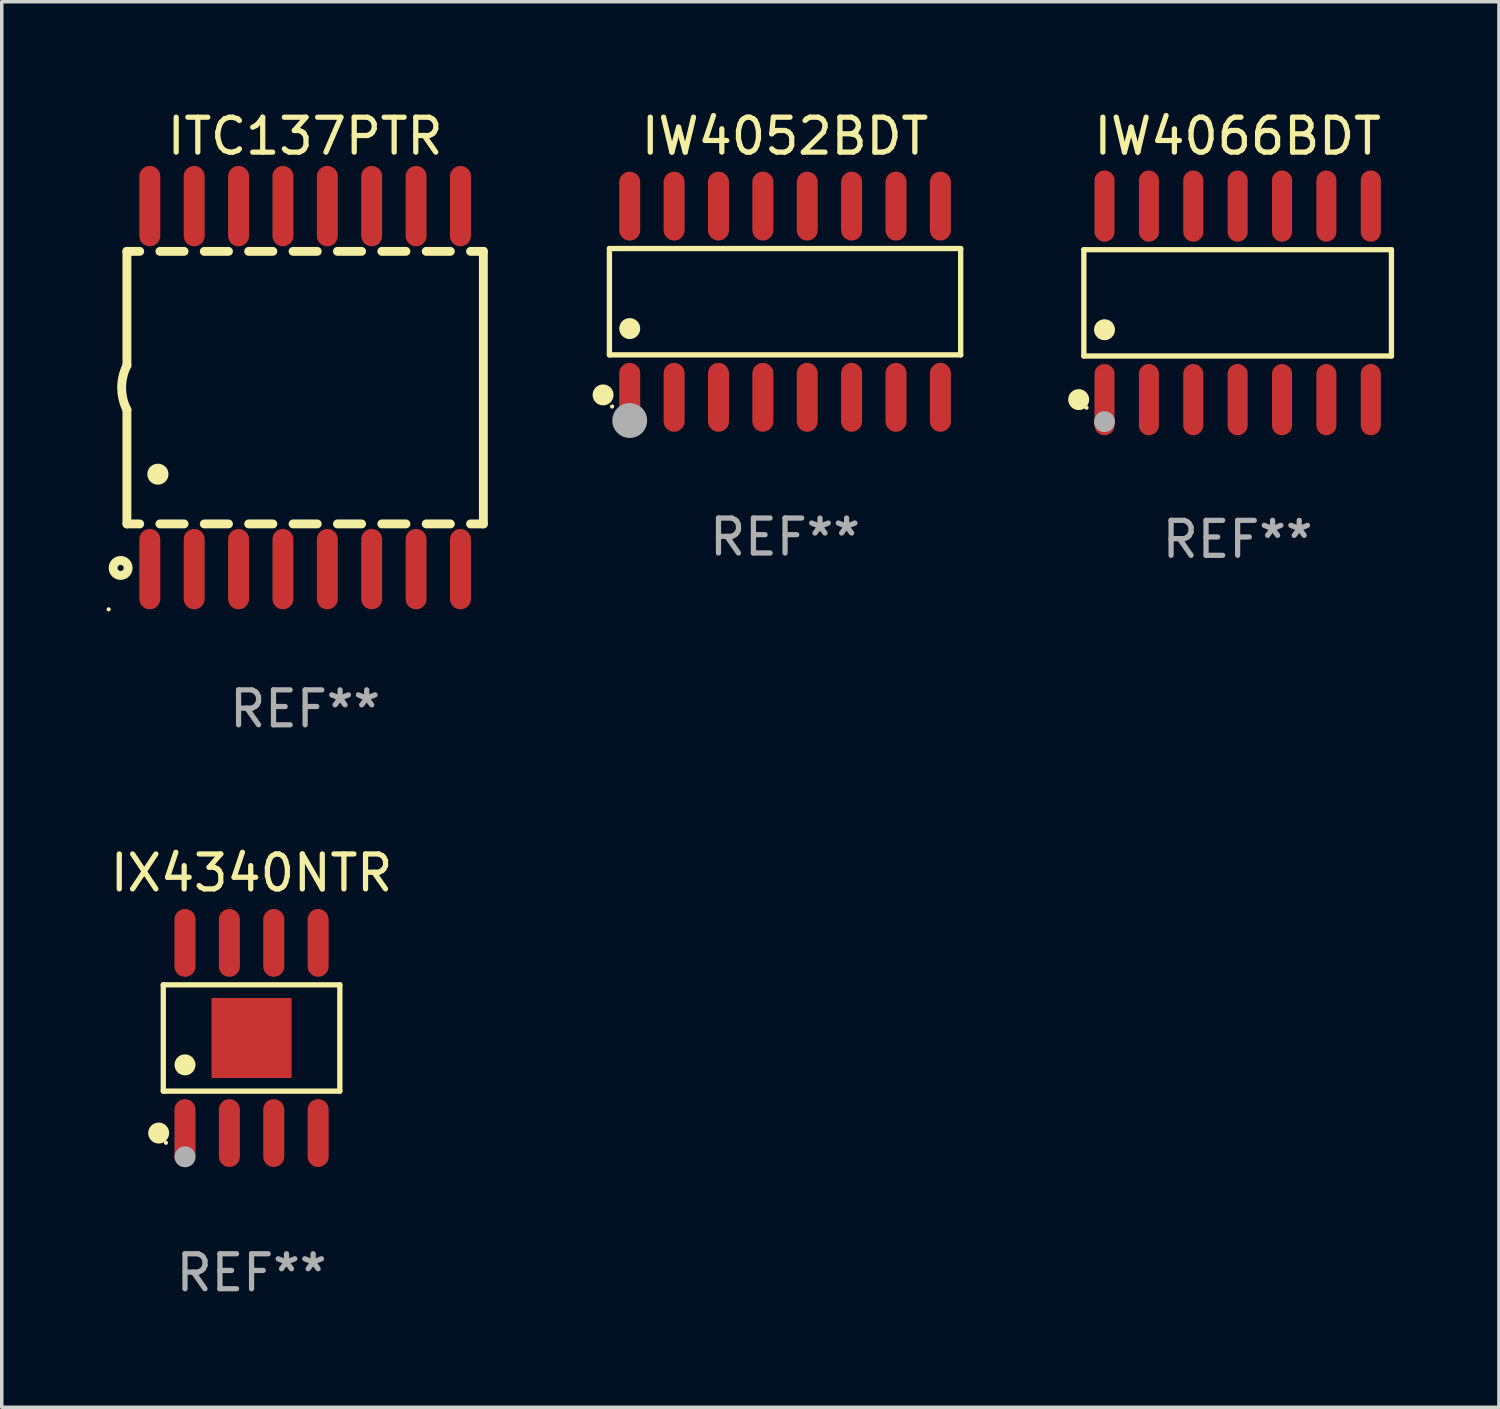
<source format=kicad_pcb>
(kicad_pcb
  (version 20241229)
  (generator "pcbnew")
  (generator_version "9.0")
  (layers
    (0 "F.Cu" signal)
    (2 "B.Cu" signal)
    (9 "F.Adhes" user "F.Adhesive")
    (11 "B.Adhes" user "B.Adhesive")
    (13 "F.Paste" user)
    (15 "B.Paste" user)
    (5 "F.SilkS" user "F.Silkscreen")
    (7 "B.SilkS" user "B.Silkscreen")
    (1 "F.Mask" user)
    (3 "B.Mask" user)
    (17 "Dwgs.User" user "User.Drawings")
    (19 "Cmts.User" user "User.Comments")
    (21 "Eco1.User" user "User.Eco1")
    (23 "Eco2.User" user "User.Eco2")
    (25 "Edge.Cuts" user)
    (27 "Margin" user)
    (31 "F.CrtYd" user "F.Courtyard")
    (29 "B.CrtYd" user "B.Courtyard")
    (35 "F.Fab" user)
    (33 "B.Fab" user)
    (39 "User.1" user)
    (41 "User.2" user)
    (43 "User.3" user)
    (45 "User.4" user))
  (footprint "IX4340NTR"
    (layer "F.Cu")
    (at 4.149 26.654)
    (property "Reference" "IX4340NTR" (at 0 -4.721 0) (layer "F.SilkS") (effects (font (size 1 1) (thickness 0.15))))
    (attr through_hole)
    (fp_line (start -2.526 -1.521) (end 2.526 -1.521) (stroke (width 0.152) (type solid)) (layer "F.SilkS"))
    (fp_line (start -2.526 1.521) (end -2.526 -1.521) (stroke (width 0.152) (type solid)) (layer "F.SilkS"))
    (fp_line (start 2.526 -1.521) (end 2.526 1.521) (stroke (width 0.152) (type solid)) (layer "F.SilkS"))
    (fp_line (start 2.526 1.521) (end -2.526 1.521) (stroke (width 0.152) (type solid)) (layer "F.SilkS"))
    (fp_circle (center -2.658 2.721) (end -2.508 2.721) (stroke (width 0.3) (type solid)) (fill no) (layer "F.SilkS"))
    (fp_circle (center -2.45 3) (end -2.42 3) (stroke (width 0.06) (type solid)) (fill no) (layer "F.SilkS"))
    (fp_circle (center -1.905 0.769) (end -1.755 0.769) (stroke (width 0.3) (type solid)) (fill no) (layer "F.SilkS"))
    (fp_circle (center -1.905 3.4) (end -1.755 3.4) (stroke (width 0.3) (type solid)) (fill no) (layer "F.Fab"))
    (fp_text user "REF**" (at 0 6.721 0) (layer "F.Fab") (effects (font (size 1 1) (thickness 0.15))))
    (pad "1" smd oval (at -1.905 2.721) (size 0.602 1.941) (layers "F.Cu" "F.Mask" "F.Paste"))
    (pad "2" smd oval (at -0.635 2.721) (size 0.602 1.941) (layers "F.Cu" "F.Mask" "F.Paste"))
    (pad "3" smd oval (at 0.635 2.721) (size 0.602 1.941) (layers "F.Cu" "F.Mask" "F.Paste"))
    (pad "4" smd oval (at 1.905 2.721) (size 0.602 1.941) (layers "F.Cu" "F.Mask" "F.Paste"))
    (pad "5" smd oval (at 1.905 -2.721) (size 0.602 1.941) (layers "F.Cu" "F.Mask" "F.Paste"))
    (pad "6" smd oval (at 0.635 -2.721) (size 0.602 1.941) (layers "F.Cu" "F.Mask" "F.Paste"))
    (pad "7" smd oval (at -0.635 -2.721) (size 0.602 1.941) (layers "F.Cu" "F.Mask" "F.Paste"))
    (pad "8" smd oval (at -1.905 -2.721) (size 0.602 1.941) (layers "F.Cu" "F.Mask" "F.Paste"))
    (pad "9" smd rect (at 0 0) (size 2.29 2.29) (layers "F.Cu" "F.Mask" "F.Paste")))
  (footprint "IW4066BDT"
    (layer "F.Cu")
    (at 32.368 5.617)
    (property "Reference" "IW4066BDT" (at 0 -4.769 0) (layer "F.SilkS") (effects (font (size 1 1) (thickness 0.15))))
    (attr through_hole)
    (fp_line (start -4.401 -1.521) (end 4.401 -1.521) (stroke (width 0.152) (type solid)) (layer "F.SilkS"))
    (fp_line (start -4.401 1.521) (end -4.401 -1.521) (stroke (width 0.152) (type solid)) (layer "F.SilkS"))
    (fp_line (start 4.401 -1.521) (end 4.401 1.521) (stroke (width 0.152) (type solid)) (layer "F.SilkS"))
    (fp_line (start 4.401 1.521) (end -4.401 1.521) (stroke (width 0.152) (type solid)) (layer "F.SilkS"))
    (fp_circle (center -4.549 2.769) (end -4.399 2.769) (stroke (width 0.3) (type solid)) (fill no) (layer "F.SilkS"))
    (fp_circle (center -4.325 3) (end -4.295 3) (stroke (width 0.06) (type solid)) (fill no) (layer "F.SilkS"))
    (fp_circle (center -3.81 0.769) (end -3.66 0.769) (stroke (width 0.3) (type solid)) (fill no) (layer "F.SilkS"))
    (fp_circle (center -3.81 3.4) (end -3.66 3.4) (stroke (width 0.3) (type solid)) (fill no) (layer "F.Fab"))
    (fp_text user "REF**" (at 0 6.769 0) (layer "F.Fab") (effects (font (size 1 1) (thickness 0.15))))
    (pad "1" smd oval (at -3.81 2.769) (size 0.574 2.038) (layers "F.Cu" "F.Mask" "F.Paste"))
    (pad "2" smd oval (at -2.54 2.769) (size 0.574 2.038) (layers "F.Cu" "F.Mask" "F.Paste"))
    (pad "3" smd oval (at -1.27 2.769) (size 0.574 2.038) (layers "F.Cu" "F.Mask" "F.Paste"))
    (pad "4" smd oval (at 0 2.769) (size 0.574 2.038) (layers "F.Cu" "F.Mask" "F.Paste"))
    (pad "5" smd oval (at 1.27 2.769) (size 0.574 2.038) (layers "F.Cu" "F.Mask" "F.Paste"))
    (pad "6" smd oval (at 2.54 2.769) (size 0.574 2.038) (layers "F.Cu" "F.Mask" "F.Paste"))
    (pad "7" smd oval (at 3.81 2.769) (size 0.574 2.038) (layers "F.Cu" "F.Mask" "F.Paste"))
    (pad "8" smd oval (at 3.81 -2.769) (size 0.574 2.038) (layers "F.Cu" "F.Mask" "F.Paste"))
    (pad "9" smd oval (at 2.54 -2.769) (size 0.574 2.038) (layers "F.Cu" "F.Mask" "F.Paste"))
    (pad "10" smd oval (at 1.27 -2.769) (size 0.574 2.038) (layers "F.Cu" "F.Mask" "F.Paste"))
    (pad "11" smd oval (at 0 -2.769) (size 0.574 2.038) (layers "F.Cu" "F.Mask" "F.Paste"))
    (pad "12" smd oval (at -1.27 -2.769) (size 0.574 2.038) (layers "F.Cu" "F.Mask" "F.Paste"))
    (pad "13" smd oval (at -2.54 -2.769) (size 0.574 2.038) (layers "F.Cu" "F.Mask" "F.Paste"))
    (pad "14" smd oval (at -3.81 -2.769) (size 0.574 2.038) (layers "F.Cu" "F.Mask" "F.Paste")))
  (footprint "ITC137PTR"
    (layer "F.Cu")
    (at 5.682 8.043)
    (property "Reference" "ITC137PTR" (at 0 -7.194 0) (layer "F.SilkS") (effects (font (size 1 1) (thickness 0.15))))
    (attr through_hole)
    (fp_line (start -5.1 -3.9) (end -5.1 -0.635) (stroke (width 0.254) (type solid)) (layer "F.SilkS"))
    (fp_line (start -5.1 -3.9) (end -4.734 -3.9) (stroke (width 0.254) (type solid)) (layer "F.SilkS"))
    (fp_line (start -5.1 3.9) (end -5.1 0.635) (stroke (width 0.254) (type solid)) (layer "F.SilkS"))
    (fp_line (start -5.1 3.9) (end -4.734 3.9) (stroke (width 0.254) (type solid)) (layer "F.SilkS"))
    (fp_line (start -4.156 -3.9) (end -3.464 -3.9) (stroke (width 0.254) (type solid)) (layer "F.SilkS"))
    (fp_line (start -4.156 3.9) (end -3.464 3.9) (stroke (width 0.254) (type solid)) (layer "F.SilkS"))
    (fp_line (start -2.886 -3.9) (end -2.194 -3.9) (stroke (width 0.254) (type solid)) (layer "F.SilkS"))
    (fp_line (start -2.886 3.9) (end -2.194 3.9) (stroke (width 0.254) (type solid)) (layer "F.SilkS"))
    (fp_line (start -1.616 -3.9) (end -0.924 -3.9) (stroke (width 0.254) (type solid)) (layer "F.SilkS"))
    (fp_line (start -1.616 3.9) (end -0.924 3.9) (stroke (width 0.254) (type solid)) (layer "F.SilkS"))
    (fp_line (start -0.346 -3.9) (end 0.346 -3.9) (stroke (width 0.254) (type solid)) (layer "F.SilkS"))
    (fp_line (start -0.346 3.9) (end 0.346 3.9) (stroke (width 0.254) (type solid)) (layer "F.SilkS"))
    (fp_line (start 0.924 -3.9) (end 1.616 -3.9) (stroke (width 0.254) (type solid)) (layer "F.SilkS"))
    (fp_line (start 0.924 3.9) (end 1.616 3.9) (stroke (width 0.254) (type solid)) (layer "F.SilkS"))
    (fp_line (start 2.194 -3.9) (end 2.886 -3.9) (stroke (width 0.254) (type solid)) (layer "F.SilkS"))
    (fp_line (start 2.194 3.9) (end 2.886 3.9) (stroke (width 0.254) (type solid)) (layer "F.SilkS"))
    (fp_line (start 3.464 -3.9) (end 4.156 -3.9) (stroke (width 0.254) (type solid)) (layer "F.SilkS"))
    (fp_line (start 3.464 3.9) (end 4.156 3.9) (stroke (width 0.254) (type solid)) (layer "F.SilkS"))
    (fp_line (start 4.734 -3.9) (end 5.1 -3.9) (stroke (width 0.254) (type solid)) (layer "F.SilkS"))
    (fp_line (start 4.734 3.9) (end 5.1 3.9) (stroke (width 0.254) (type solid)) (layer "F.SilkS"))
    (fp_line (start 5.1 3.9) (end 5.1 -3.9) (stroke (width 0.254) (type solid)) (layer "F.SilkS"))
    (fp_arc (start -5.100343 0.635002) (mid -5.25016 -0.00003) (end -5.100089 -0.635001) (stroke (width 0.254001) (type solid)) (layer "F.SilkS"))
    (fp_arc (start -4.216421 2.476505) (mid -4.213881 2.476494) (end -4.211341 2.476505) (stroke (width 0.6) (type solid)) (layer "F.SilkS"))
    (fp_circle (center -5.622 6.344) (end -5.592 6.344) (stroke (width 0.06) (type solid)) (fill no) (layer "F.SilkS"))
    (fp_circle (center -5.28 5.16) (end -5.065 5.16) (stroke (width 0.254) (type solid)) (fill no) (layer "F.SilkS"))
    (fp_text user "REF**" (at 0 9.194 0) (layer "F.Fab") (effects (font (size 1 1) (thickness 0.15))))
    (pad "1" smd oval (at -4.445 5.194 180) (size 0.6 2.3) (layers "F.Cu" "F.Mask" "F.Paste"))
    (pad "2" smd oval (at -3.175 5.194 180) (size 0.6 2.3) (layers "F.Cu" "F.Mask" "F.Paste"))
    (pad "3" smd oval (at -1.905 5.194 180) (size 0.6 2.3) (layers "F.Cu" "F.Mask" "F.Paste"))
    (pad "4" smd oval (at -0.635 5.194 180) (size 0.6 2.3) (layers "F.Cu" "F.Mask" "F.Paste"))
    (pad "5" smd oval (at 0.635 5.194 180) (size 0.6 2.3) (layers "F.Cu" "F.Mask" "F.Paste"))
    (pad "6" smd oval (at 1.905 5.194 180) (size 0.6 2.3) (layers "F.Cu" "F.Mask" "F.Paste"))
    (pad "7" smd oval (at 3.175 5.194 180) (size 0.6 2.3) (layers "F.Cu" "F.Mask" "F.Paste"))
    (pad "8" smd oval (at 4.445 5.194 180) (size 0.6 2.3) (layers "F.Cu" "F.Mask" "F.Paste"))
    (pad "9" smd oval (at 4.445 -5.194 180) (size 0.6 2.3) (layers "F.Cu" "F.Mask" "F.Paste"))
    (pad "10" smd oval (at 3.175 -5.194 180) (size 0.6 2.3) (layers "F.Cu" "F.Mask" "F.Paste"))
    (pad "11" smd oval (at 1.905 -5.194 180) (size 0.6 2.3) (layers "F.Cu" "F.Mask" "F.Paste"))
    (pad "12" smd oval (at 0.635 -5.194 180) (size 0.6 2.3) (layers "F.Cu" "F.Mask" "F.Paste"))
    (pad "13" smd oval (at -0.635 -5.194 180) (size 0.6 2.3) (layers "F.Cu" "F.Mask" "F.Paste"))
    (pad "14" smd oval (at -1.905 -5.194 180) (size 0.6 2.3) (layers "F.Cu" "F.Mask" "F.Paste"))
    (pad "15" smd oval (at -3.175 -5.194 180) (size 0.6 2.3) (layers "F.Cu" "F.Mask" "F.Paste"))
    (pad "16" smd oval (at -4.445 -5.194 180) (size 0.6 2.3) (layers "F.Cu" "F.Mask" "F.Paste")))
  (footprint "IW4052BDT"
    (layer "F.Cu")
    (at 19.416 5.584)
    (property "Reference" "IW4052BDT" (at 0 -4.736 0) (layer "F.SilkS") (effects (font (size 1 1) (thickness 0.15))))
    (attr through_hole)
    (fp_line (start -5.026 -1.521) (end 5.026 -1.521) (stroke (width 0.152) (type solid)) (layer "F.SilkS"))
    (fp_line (start -5.026 1.521) (end -5.026 -1.521) (stroke (width 0.152) (type solid)) (layer "F.SilkS"))
    (fp_line (start 5.026 -1.521) (end 5.026 1.521) (stroke (width 0.152) (type solid)) (layer "F.SilkS"))
    (fp_line (start 5.026 1.521) (end -5.026 1.521) (stroke (width 0.152) (type solid)) (layer "F.SilkS"))
    (fp_circle (center -5.207 2.667) (end -5.057 2.667) (stroke (width 0.3) (type solid)) (fill no) (layer "F.SilkS"))
    (fp_circle (center -4.95 3) (end -4.92 3) (stroke (width 0.06) (type solid)) (fill no) (layer "F.SilkS"))
    (fp_circle (center -4.445 0.769) (end -4.295 0.769) (stroke (width 0.3) (type solid)) (fill no) (layer "F.SilkS"))
    (fp_circle (center -4.445 3.4) (end -4.195 3.4) (stroke (width 0.5) (type solid)) (fill no) (layer "F.Fab"))
    (fp_text user "REF**" (at 0 6.736 0) (layer "F.Fab") (effects (font (size 1 1) (thickness 0.15))))
    (pad "1" smd oval (at -4.445 2.736) (size 0.602 1.971) (layers "F.Cu" "F.Mask" "F.Paste"))
    (pad "2" smd oval (at -3.175 2.736) (size 0.602 1.971) (layers "F.Cu" "F.Mask" "F.Paste"))
    (pad "3" smd oval (at -1.905 2.736) (size 0.602 1.971) (layers "F.Cu" "F.Mask" "F.Paste"))
    (pad "4" smd oval (at -0.635 2.736) (size 0.602 1.971) (layers "F.Cu" "F.Mask" "F.Paste"))
    (pad "5" smd oval (at 0.635 2.736) (size 0.602 1.971) (layers "F.Cu" "F.Mask" "F.Paste"))
    (pad "6" smd oval (at 1.905 2.736) (size 0.602 1.971) (layers "F.Cu" "F.Mask" "F.Paste"))
    (pad "7" smd oval (at 3.175 2.736) (size 0.602 1.971) (layers "F.Cu" "F.Mask" "F.Paste"))
    (pad "8" smd oval (at 4.445 2.736) (size 0.602 1.971) (layers "F.Cu" "F.Mask" "F.Paste"))
    (pad "9" smd oval (at 4.445 -2.736) (size 0.602 1.971) (layers "F.Cu" "F.Mask" "F.Paste"))
    (pad "10" smd oval (at 3.175 -2.736) (size 0.602 1.971) (layers "F.Cu" "F.Mask" "F.Paste"))
    (pad "11" smd oval (at 1.905 -2.736) (size 0.602 1.971) (layers "F.Cu" "F.Mask" "F.Paste"))
    (pad "12" smd oval (at 0.635 -2.736) (size 0.602 1.971) (layers "F.Cu" "F.Mask" "F.Paste"))
    (pad "13" smd oval (at -0.635 -2.736) (size 0.602 1.971) (layers "F.Cu" "F.Mask" "F.Paste"))
    (pad "14" smd oval (at -1.905 -2.736) (size 0.602 1.971) (layers "F.Cu" "F.Mask" "F.Paste"))
    (pad "15" smd oval (at -3.175 -2.736) (size 0.602 1.971) (layers "F.Cu" "F.Mask" "F.Paste"))
    (pad "16" smd oval (at -4.445 -2.736) (size 0.602 1.971) (layers "F.Cu" "F.Mask" "F.Paste")))
  (gr_rect
    (start -3 -3)
    (end 39.846 37.223)
    (stroke (width 0.1) (type default))
    (fill no)
    (layer "Edge.Cuts")))
</source>
